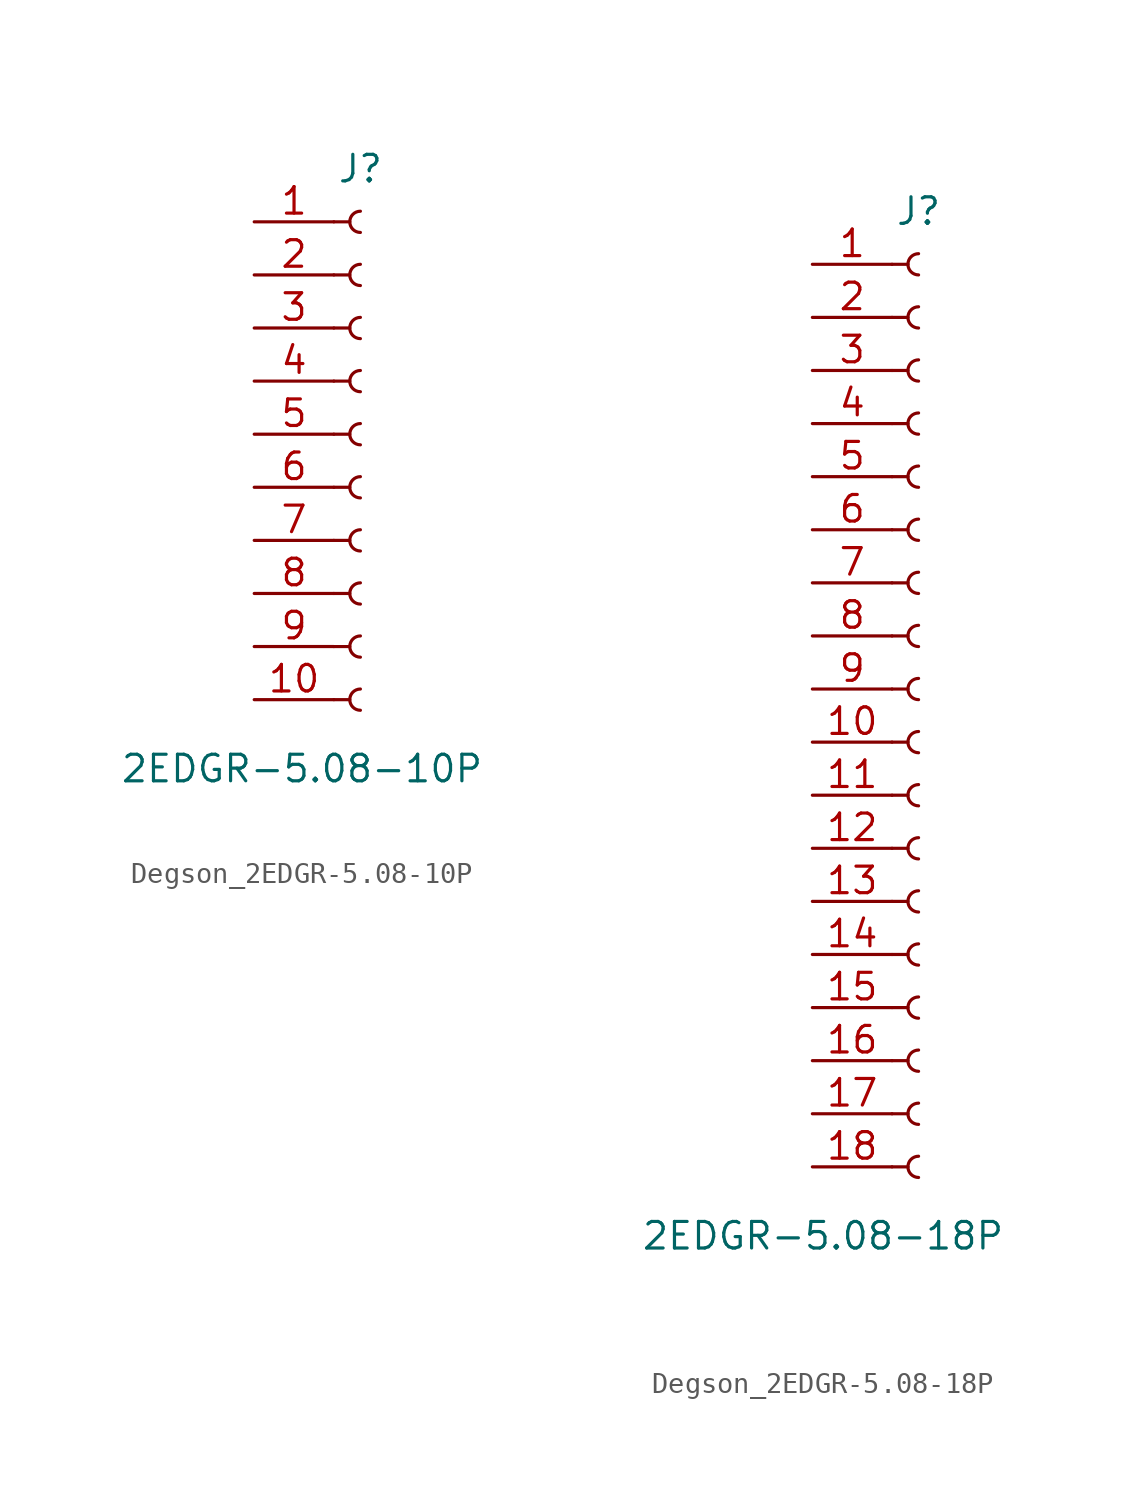
<source format=kicad_sym>
(kicad_symbol_lib
  (version 20231120)
  (generator "kicad_symbol_editor")
  (generator_version "8.0")
  (symbol "Degson_2EDGR-5.08-10P"
    (pin_names
      (offset 1.016) hide)
    (property "Reference" "J"
      (at 0 2.54 0)
      (effects (font (size 1.27 1.27))))
    (property "Value" "2EDGR-5.08-10P"
      (at -2.794 -26.162 0)
      (effects (font (size 1.27 1.27))))
    (symbol "Degson_2EDGR-5.08-10P_1_1"
      (arc (start 0 -22.352) (mid -0.5058 -22.86) (end 0 -23.368) (stroke (width 0.1524) (type default)) (fill (type none)))
      (arc (start 0 -19.812) (mid -0.5058 -20.32) (end 0 -20.828) (stroke (width 0.1524) (type default)) (fill (type none)))
      (arc (start 0 -17.272) (mid -0.5058 -17.78) (end 0 -18.288) (stroke (width 0.1524) (type default)) (fill (type none)))
      (arc (start 0 -14.732) (mid -0.5058 -15.24) (end 0 -15.748) (stroke (width 0.1524) (type default)) (fill (type none)))
      (arc (start 0 -12.192) (mid -0.5058 -12.7) (end 0 -13.208) (stroke (width 0.1524) (type default)) (fill (type none)))
      (arc (start 0 -9.652) (mid -0.5058 -10.16) (end 0 -10.668) (stroke (width 0.1524) (type default)) (fill (type none)))
      (arc (start 0 -7.112) (mid -0.5058 -7.62) (end 0 -8.128) (stroke (width 0.1524) (type default)) (fill (type none)))
      (arc (start 0 -4.572) (mid -0.5058 -5.08) (end 0 -5.588) (stroke (width 0.1524) (type default)) (fill (type none)))
      (arc (start 0 -2.032) (mid -0.5058 -2.54) (end 0 -3.048) (stroke (width 0.1524) (type default)) (fill (type none)))
      (polyline (pts (xy -1.27 -22.86) (xy -0.508 -22.86)) (stroke (width 0.152) (type default)) (fill (type none)))
      (polyline (pts (xy -1.27 -20.32) (xy -0.508 -20.32)) (stroke (width 0.152) (type default)) (fill (type none)))
      (polyline (pts (xy -1.27 -17.78) (xy -0.508 -17.78)) (stroke (width 0.152) (type default)) (fill (type none)))
      (polyline (pts (xy -1.27 -15.24) (xy -0.508 -15.24)) (stroke (width 0.152) (type default)) (fill (type none)))
      (polyline (pts (xy -1.27 -12.7) (xy -0.508 -12.7)) (stroke (width 0.152) (type default)) (fill (type none)))
      (polyline (pts (xy -1.27 -10.16) (xy -0.508 -10.16)) (stroke (width 0.152) (type default)) (fill (type none)))
      (polyline (pts (xy -1.27 -7.62) (xy -0.508 -7.62)) (stroke (width 0.152) (type default)) (fill (type none)))
      (polyline (pts (xy -1.27 -5.08) (xy -0.508 -5.08)) (stroke (width 0.152) (type default)) (fill (type none)))
      (polyline (pts (xy -1.27 -2.54) (xy -0.508 -2.54)) (stroke (width 0.152) (type default)) (fill (type none)))
      (polyline (pts (xy -1.27 0) (xy -0.508 0)) (stroke (width 0.152) (type default)) (fill (type none)))
      (arc (start 0 0.508) (mid -0.5058 0) (end 0 -0.508) (stroke (width 0.1524) (type default)) (fill (type none)))
      (pin passive line (at -5.08 0 0) (length 3.81) (name "Pin_1" (effects (font (size 1.27 1.27)))) (number "1" (effects (font (size 1.27 1.27)))))
      (pin passive line (at -5.08 -22.86 0) (length 3.81) (name "Pin_10" (effects (font (size 1.27 1.27)))) (number "10" (effects (font (size 1.27 1.27)))))
      (pin passive line (at -5.08 -2.54 0) (length 3.81) (name "Pin_2" (effects (font (size 1.27 1.27)))) (number "2" (effects (font (size 1.27 1.27)))))
      (pin passive line (at -5.08 -5.08 0) (length 3.81) (name "Pin_3" (effects (font (size 1.27 1.27)))) (number "3" (effects (font (size 1.27 1.27)))))
      (pin passive line (at -5.08 -7.62 0) (length 3.81) (name "Pin_4" (effects (font (size 1.27 1.27)))) (number "4" (effects (font (size 1.27 1.27)))))
      (pin passive line (at -5.08 -10.16 0) (length 3.81) (name "Pin_5" (effects (font (size 1.27 1.27)))) (number "5" (effects (font (size 1.27 1.27)))))
      (pin passive line (at -5.08 -12.7 0) (length 3.81) (name "Pin_6" (effects (font (size 1.27 1.27)))) (number "6" (effects (font (size 1.27 1.27)))))
      (pin passive line (at -5.08 -15.24 0) (length 3.81) (name "Pin_7" (effects (font (size 1.27 1.27)))) (number "7" (effects (font (size 1.27 1.27)))))
      (pin passive line (at -5.08 -17.78 0) (length 3.81) (name "Pin_8" (effects (font (size 1.27 1.27)))) (number "8" (effects (font (size 1.27 1.27)))))
      (pin passive line (at -5.08 -20.32 0) (length 3.81) (name "Pin_9" (effects (font (size 1.27 1.27)))) (number "9" (effects (font (size 1.27 1.27)))))))
  (symbol "Degson_2EDGR-5.08-18P"
    (pin_names
      (offset 1.016) hide)
    (property "Reference" "J"
      (at 0 2.54 0)
      (effects (font (size 1.27 1.27))))
    (property "Value" "2EDGR-5.08-18P"
      (at -4.572 -46.482 0)
      (effects (font (size 1.27 1.27))))
    (symbol "Degson_2EDGR-5.08-18P_1_1"
      (arc (start 0 -42.672) (mid -0.5058 -43.18) (end 0 -43.688) (stroke (width 0.1524) (type default)) (fill (type none)))
      (arc (start 0 -40.132) (mid -0.5058 -40.64) (end 0 -41.148) (stroke (width 0.1524) (type default)) (fill (type none)))
      (arc (start 0 -37.592) (mid -0.5058 -38.1) (end 0 -38.608) (stroke (width 0.1524) (type default)) (fill (type none)))
      (arc (start 0 -35.052) (mid -0.5058 -35.56) (end 0 -36.068) (stroke (width 0.1524) (type default)) (fill (type none)))
      (arc (start 0 -32.512) (mid -0.5058 -33.02) (end 0 -33.528) (stroke (width 0.1524) (type default)) (fill (type none)))
      (arc (start 0 -29.972) (mid -0.5058 -30.48) (end 0 -30.988) (stroke (width 0.1524) (type default)) (fill (type none)))
      (arc (start 0 -27.432) (mid -0.5058 -27.94) (end 0 -28.448) (stroke (width 0.1524) (type default)) (fill (type none)))
      (arc (start 0 -24.892) (mid -0.5058 -25.4) (end 0 -25.908) (stroke (width 0.1524) (type default)) (fill (type none)))
      (arc (start 0 -22.352) (mid -0.5058 -22.86) (end 0 -23.368) (stroke (width 0.1524) (type default)) (fill (type none)))
      (arc (start 0 -19.812) (mid -0.5058 -20.32) (end 0 -20.828) (stroke (width 0.1524) (type default)) (fill (type none)))
      (arc (start 0 -17.272) (mid -0.5058 -17.78) (end 0 -18.288) (stroke (width 0.1524) (type default)) (fill (type none)))
      (arc (start 0 -14.732) (mid -0.5058 -15.24) (end 0 -15.748) (stroke (width 0.1524) (type default)) (fill (type none)))
      (arc (start 0 -12.192) (mid -0.5058 -12.7) (end 0 -13.208) (stroke (width 0.1524) (type default)) (fill (type none)))
      (arc (start 0 -9.652) (mid -0.5058 -10.16) (end 0 -10.668) (stroke (width 0.1524) (type default)) (fill (type none)))
      (arc (start 0 -7.112) (mid -0.5058 -7.62) (end 0 -8.128) (stroke (width 0.1524) (type default)) (fill (type none)))
      (arc (start 0 -4.572) (mid -0.5058 -5.08) (end 0 -5.588) (stroke (width 0.1524) (type default)) (fill (type none)))
      (arc (start 0 -2.032) (mid -0.5058 -2.54) (end 0 -3.048) (stroke (width 0.1524) (type default)) (fill (type none)))
      (polyline (pts (xy -1.27 -43.18) (xy -0.508 -43.18)) (stroke (width 0.152) (type default)) (fill (type none)))
      (polyline (pts (xy -1.27 -40.64) (xy -0.508 -40.64)) (stroke (width 0.152) (type default)) (fill (type none)))
      (polyline (pts (xy -1.27 -38.1) (xy -0.508 -38.1)) (stroke (width 0.152) (type default)) (fill (type none)))
      (polyline (pts (xy -1.27 -35.56) (xy -0.508 -35.56)) (stroke (width 0.152) (type default)) (fill (type none)))
      (polyline (pts (xy -1.27 -33.02) (xy -0.508 -33.02)) (stroke (width 0.152) (type default)) (fill (type none)))
      (polyline (pts (xy -1.27 -30.48) (xy -0.508 -30.48)) (stroke (width 0.152) (type default)) (fill (type none)))
      (polyline (pts (xy -1.27 -27.94) (xy -0.508 -27.94)) (stroke (width 0.152) (type default)) (fill (type none)))
      (polyline (pts (xy -1.27 -25.4) (xy -0.508 -25.4)) (stroke (width 0.152) (type default)) (fill (type none)))
      (polyline (pts (xy -1.27 -22.86) (xy -0.508 -22.86)) (stroke (width 0.152) (type default)) (fill (type none)))
      (polyline (pts (xy -1.27 -20.32) (xy -0.508 -20.32)) (stroke (width 0.152) (type default)) (fill (type none)))
      (polyline (pts (xy -1.27 -17.78) (xy -0.508 -17.78)) (stroke (width 0.152) (type default)) (fill (type none)))
      (polyline (pts (xy -1.27 -15.24) (xy -0.508 -15.24)) (stroke (width 0.152) (type default)) (fill (type none)))
      (polyline (pts (xy -1.27 -12.7) (xy -0.508 -12.7)) (stroke (width 0.152) (type default)) (fill (type none)))
      (polyline (pts (xy -1.27 -10.16) (xy -0.508 -10.16)) (stroke (width 0.152) (type default)) (fill (type none)))
      (polyline (pts (xy -1.27 -7.62) (xy -0.508 -7.62)) (stroke (width 0.152) (type default)) (fill (type none)))
      (polyline (pts (xy -1.27 -5.08) (xy -0.508 -5.08)) (stroke (width 0.152) (type default)) (fill (type none)))
      (polyline (pts (xy -1.27 -2.54) (xy -0.508 -2.54)) (stroke (width 0.152) (type default)) (fill (type none)))
      (polyline (pts (xy -1.27 0) (xy -0.508 0)) (stroke (width 0.152) (type default)) (fill (type none)))
      (arc (start 0 0.508) (mid -0.5058 0) (end 0 -0.508) (stroke (width 0.1524) (type default)) (fill (type none)))
      (pin passive line (at -5.08 0 0) (length 3.81) (name "Pin_1" (effects (font (size 1.27 1.27)))) (number "1" (effects (font (size 1.27 1.27)))))
      (pin passive line (at -5.08 -22.86 0) (length 3.81) (name "Pin_10" (effects (font (size 1.27 1.27)))) (number "10" (effects (font (size 1.27 1.27)))))
      (pin passive line (at -5.08 -25.4 0) (length 3.81) (name "Pin_11" (effects (font (size 1.27 1.27)))) (number "11" (effects (font (size 1.27 1.27)))))
      (pin passive line (at -5.08 -27.94 0) (length 3.81) (name "Pin_12" (effects (font (size 1.27 1.27)))) (number "12" (effects (font (size 1.27 1.27)))))
      (pin passive line (at -5.08 -30.48 0) (length 3.81) (name "Pin_13" (effects (font (size 1.27 1.27)))) (number "13" (effects (font (size 1.27 1.27)))))
      (pin passive line (at -5.08 -33.02 0) (length 3.81) (name "Pin_14" (effects (font (size 1.27 1.27)))) (number "14" (effects (font (size 1.27 1.27)))))
      (pin passive line (at -5.08 -35.56 0) (length 3.81) (name "Pin_15" (effects (font (size 1.27 1.27)))) (number "15" (effects (font (size 1.27 1.27)))))
      (pin passive line (at -5.08 -38.1 0) (length 3.81) (name "Pin_16" (effects (font (size 1.27 1.27)))) (number "16" (effects (font (size 1.27 1.27)))))
      (pin passive line (at -5.08 -40.64 0) (length 3.81) (name "Pin_17" (effects (font (size 1.27 1.27)))) (number "17" (effects (font (size 1.27 1.27)))))
      (pin passive line (at -5.08 -43.18 0) (length 3.81) (name "Pin_18" (effects (font (size 1.27 1.27)))) (number "18" (effects (font (size 1.27 1.27)))))
      (pin passive line (at -5.08 -2.54 0) (length 3.81) (name "Pin_2" (effects (font (size 1.27 1.27)))) (number "2" (effects (font (size 1.27 1.27)))))
      (pin passive line (at -5.08 -5.08 0) (length 3.81) (name "Pin_3" (effects (font (size 1.27 1.27)))) (number "3" (effects (font (size 1.27 1.27)))))
      (pin passive line (at -5.08 -7.62 0) (length 3.81) (name "Pin_4" (effects (font (size 1.27 1.27)))) (number "4" (effects (font (size 1.27 1.27)))))
      (pin passive line (at -5.08 -10.16 0) (length 3.81) (name "Pin_5" (effects (font (size 1.27 1.27)))) (number "5" (effects (font (size 1.27 1.27)))))
      (pin passive line (at -5.08 -12.7 0) (length 3.81) (name "Pin_6" (effects (font (size 1.27 1.27)))) (number "6" (effects (font (size 1.27 1.27)))))
      (pin passive line (at -5.08 -15.24 0) (length 3.81) (name "Pin_7" (effects (font (size 1.27 1.27)))) (number "7" (effects (font (size 1.27 1.27)))))
      (pin passive line (at -5.08 -17.78 0) (length 3.81) (name "Pin_8" (effects (font (size 1.27 1.27)))) (number "8" (effects (font (size 1.27 1.27)))))
      (pin passive line (at -5.08 -20.32 0) (length 3.81) (name "Pin_9" (effects (font (size 1.27 1.27)))) (number "9" (effects (font (size 1.27 1.27))))))))
</source>
